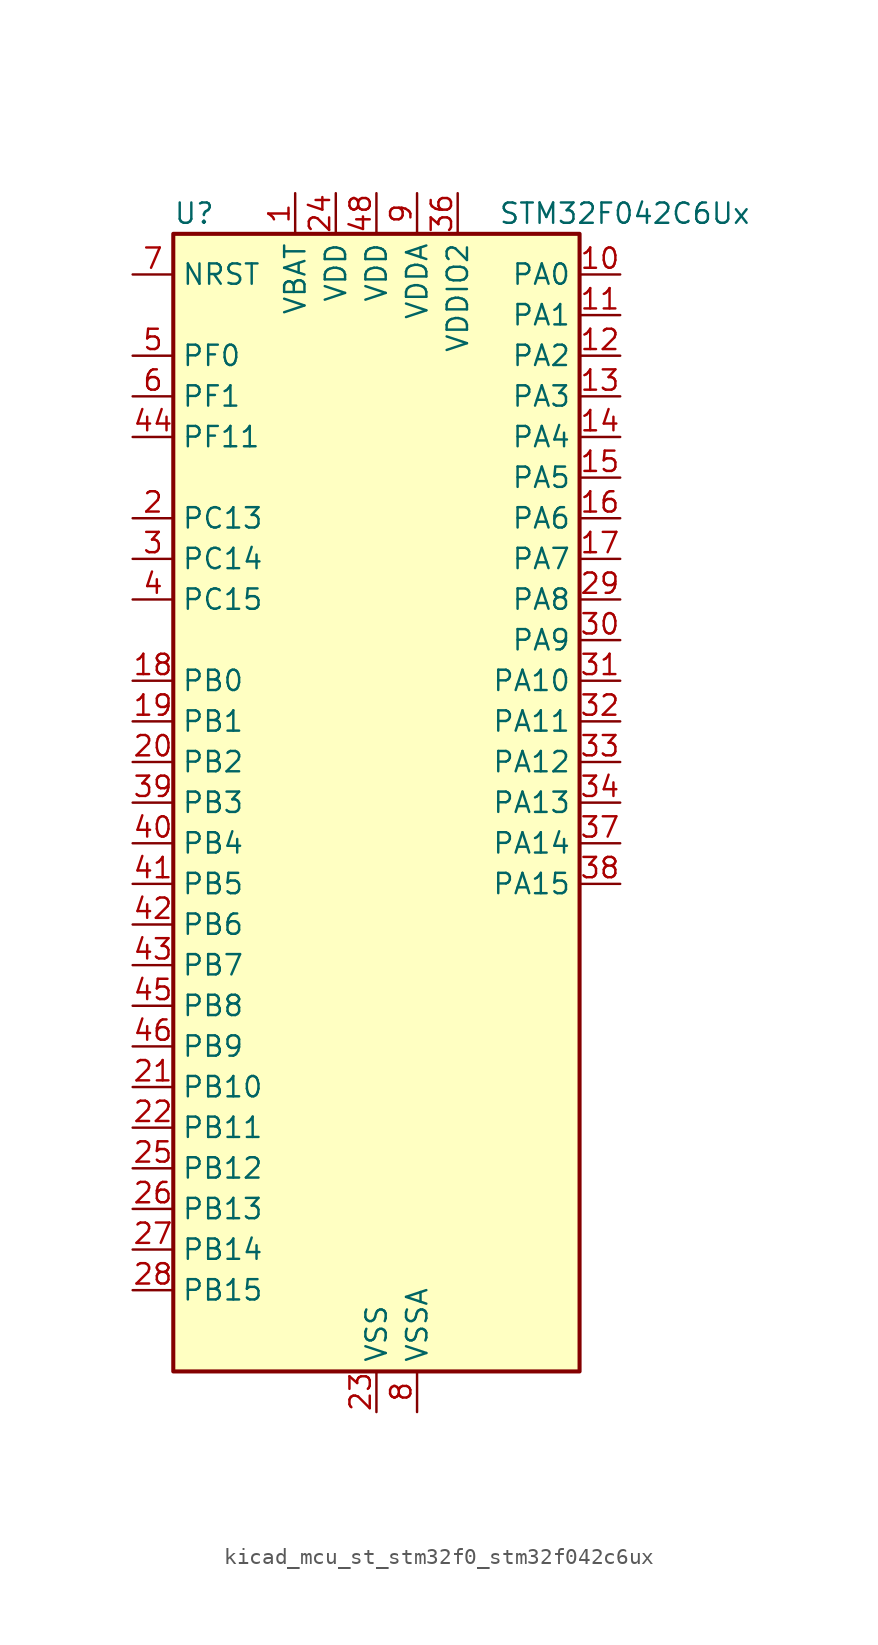
<source format=kicad_sym>
(kicad_symbol_lib
  (version 20220914)
  (generator kicad_symbol_editor)
  (symbol "kicad_mcu_st_stm32f0_stm32f042c6ux"
    (property "Reference" "U"
      (at -12.7 36.83 0)
      (effects (font (size 1.27 1.27)) (justify left)))
    (property "Value" "STM32F042C6Ux"
      (at 7.62 36.83 0)
      (effects (font (size 1.27 1.27)) (justify left)))
    (property "ki_locked" ""
      (at 0 0 0)
      (effects (font (size 1.27 1.27))))
    (symbol "kicad_mcu_st_stm32f0_stm32f042c6ux_0_1"
      (rectangle (start -12.7 -35.56) (end 12.7 35.56) (stroke (width 0.254) (type default)) (fill (type background))))
    (symbol "kicad_mcu_st_stm32f0_stm32f042c6ux_1_1"
      (pin power_in line (at -5.08 38.1 270) (length 2.54) (name "VBAT" (effects (font (size 1.27 1.27)))) (number "1" (effects (font (size 1.27 1.27)))))
      (pin bidirectional line (at 15.24 33.02 180) (length 2.54) (name "PA0" (effects (font (size 1.27 1.27)))) (number "10" (effects (font (size 1.27 1.27)))) (alternate "ADC_IN0" bidirectional line) (alternate "RTC_TAMP2" bidirectional line) (alternate "SYS_WKUP1" bidirectional line) (alternate "TIM2_CH1" bidirectional line) (alternate "TIM2_ETR" bidirectional line) (alternate "TSC_G1_IO1" bidirectional line) (alternate "USART2_CTS" bidirectional line))
      (pin bidirectional line (at 15.24 30.48 180) (length 2.54) (name "PA1" (effects (font (size 1.27 1.27)))) (number "11" (effects (font (size 1.27 1.27)))) (alternate "ADC_IN1" bidirectional line) (alternate "TIM2_CH2" bidirectional line) (alternate "TSC_G1_IO2" bidirectional line) (alternate "USART2_DE" bidirectional line) (alternate "USART2_RTS" bidirectional line))
      (pin bidirectional line (at 15.24 27.94 180) (length 2.54) (name "PA2" (effects (font (size 1.27 1.27)))) (number "12" (effects (font (size 1.27 1.27)))) (alternate "ADC_IN2" bidirectional line) (alternate "SYS_WKUP4" bidirectional line) (alternate "TIM2_CH3" bidirectional line) (alternate "TSC_G1_IO3" bidirectional line) (alternate "USART2_TX" bidirectional line))
      (pin bidirectional line (at 15.24 25.4 180) (length 2.54) (name "PA3" (effects (font (size 1.27 1.27)))) (number "13" (effects (font (size 1.27 1.27)))) (alternate "ADC_IN3" bidirectional line) (alternate "TIM2_CH4" bidirectional line) (alternate "TSC_G1_IO4" bidirectional line) (alternate "USART2_RX" bidirectional line))
      (pin bidirectional line (at 15.24 22.86 180) (length 2.54) (name "PA4" (effects (font (size 1.27 1.27)))) (number "14" (effects (font (size 1.27 1.27)))) (alternate "ADC_IN4" bidirectional line) (alternate "I2S1_WS" bidirectional line) (alternate "SPI1_NSS" bidirectional line) (alternate "TIM14_CH1" bidirectional line) (alternate "TSC_G2_IO1" bidirectional line) (alternate "USART2_CK" bidirectional line) (alternate "USB_NOE" bidirectional line))
      (pin bidirectional line (at 15.24 20.32 180) (length 2.54) (name "PA5" (effects (font (size 1.27 1.27)))) (number "15" (effects (font (size 1.27 1.27)))) (alternate "ADC_IN5" bidirectional line) (alternate "CEC" bidirectional line) (alternate "I2S1_CK" bidirectional line) (alternate "SPI1_SCK" bidirectional line) (alternate "TIM2_CH1" bidirectional line) (alternate "TIM2_ETR" bidirectional line) (alternate "TSC_G2_IO2" bidirectional line))
      (pin bidirectional line (at 15.24 17.78 180) (length 2.54) (name "PA6" (effects (font (size 1.27 1.27)))) (number "16" (effects (font (size 1.27 1.27)))) (alternate "ADC_IN6" bidirectional line) (alternate "I2S1_MCK" bidirectional line) (alternate "SPI1_MISO" bidirectional line) (alternate "TIM16_CH1" bidirectional line) (alternate "TIM1_BKIN" bidirectional line) (alternate "TIM3_CH1" bidirectional line) (alternate "TSC_G2_IO3" bidirectional line))
      (pin bidirectional line (at 15.24 15.24 180) (length 2.54) (name "PA7" (effects (font (size 1.27 1.27)))) (number "17" (effects (font (size 1.27 1.27)))) (alternate "ADC_IN7" bidirectional line) (alternate "I2S1_SD" bidirectional line) (alternate "SPI1_MOSI" bidirectional line) (alternate "TIM14_CH1" bidirectional line) (alternate "TIM17_CH1" bidirectional line) (alternate "TIM1_CH1N" bidirectional line) (alternate "TIM3_CH2" bidirectional line) (alternate "TSC_G2_IO4" bidirectional line))
      (pin bidirectional line (at -15.24 7.62 0) (length 2.54) (name "PB0" (effects (font (size 1.27 1.27)))) (number "18" (effects (font (size 1.27 1.27)))) (alternate "ADC_IN8" bidirectional line) (alternate "TIM1_CH2N" bidirectional line) (alternate "TIM3_CH3" bidirectional line) (alternate "TSC_G3_IO2" bidirectional line))
      (pin bidirectional line (at -15.24 5.08 0) (length 2.54) (name "PB1" (effects (font (size 1.27 1.27)))) (number "19" (effects (font (size 1.27 1.27)))) (alternate "ADC_IN9" bidirectional line) (alternate "TIM14_CH1" bidirectional line) (alternate "TIM1_CH3N" bidirectional line) (alternate "TIM3_CH4" bidirectional line) (alternate "TSC_G3_IO3" bidirectional line))
      (pin bidirectional line (at -15.24 17.78 0) (length 2.54) (name "PC13" (effects (font (size 1.27 1.27)))) (number "2" (effects (font (size 1.27 1.27)))) (alternate "RTC_OUT_ALARM" bidirectional line) (alternate "RTC_OUT_CALIB" bidirectional line) (alternate "RTC_TAMP1" bidirectional line) (alternate "RTC_TS" bidirectional line) (alternate "SYS_WKUP2" bidirectional line))
      (pin bidirectional line (at -15.24 2.54 0) (length 2.54) (name "PB2" (effects (font (size 1.27 1.27)))) (number "20" (effects (font (size 1.27 1.27)))) (alternate "TSC_G3_IO4" bidirectional line))
      (pin bidirectional line (at -15.24 -17.78 0) (length 2.54) (name "PB10" (effects (font (size 1.27 1.27)))) (number "21" (effects (font (size 1.27 1.27)))) (alternate "CEC" bidirectional line) (alternate "I2C1_SCL" bidirectional line) (alternate "SPI2_SCK" bidirectional line) (alternate "TIM2_CH3" bidirectional line) (alternate "TSC_SYNC" bidirectional line))
      (pin bidirectional line (at -15.24 -20.32 0) (length 2.54) (name "PB11" (effects (font (size 1.27 1.27)))) (number "22" (effects (font (size 1.27 1.27)))) (alternate "I2C1_SDA" bidirectional line) (alternate "TIM2_CH4" bidirectional line))
      (pin power_in line (at 0 -38.1 90) (length 2.54) (name "VSS" (effects (font (size 1.27 1.27)))) (number "23" (effects (font (size 1.27 1.27)))))
      (pin power_in line (at -2.54 38.1 270) (length 2.54) (name "VDD" (effects (font (size 1.27 1.27)))) (number "24" (effects (font (size 1.27 1.27)))))
      (pin bidirectional line (at -15.24 -22.86 0) (length 2.54) (name "PB12" (effects (font (size 1.27 1.27)))) (number "25" (effects (font (size 1.27 1.27)))) (alternate "SPI2_NSS" bidirectional line) (alternate "TIM1_BKIN" bidirectional line))
      (pin bidirectional line (at -15.24 -25.4 0) (length 2.54) (name "PB13" (effects (font (size 1.27 1.27)))) (number "26" (effects (font (size 1.27 1.27)))) (alternate "I2C1_SCL" bidirectional line) (alternate "SPI2_SCK" bidirectional line) (alternate "TIM1_CH1N" bidirectional line))
      (pin bidirectional line (at -15.24 -27.94 0) (length 2.54) (name "PB14" (effects (font (size 1.27 1.27)))) (number "27" (effects (font (size 1.27 1.27)))) (alternate "I2C1_SDA" bidirectional line) (alternate "SPI2_MISO" bidirectional line) (alternate "TIM1_CH2N" bidirectional line))
      (pin bidirectional line (at -15.24 -30.48 0) (length 2.54) (name "PB15" (effects (font (size 1.27 1.27)))) (number "28" (effects (font (size 1.27 1.27)))) (alternate "RTC_REFIN" bidirectional line) (alternate "SPI2_MOSI" bidirectional line) (alternate "SYS_WKUP7" bidirectional line) (alternate "TIM1_CH3N" bidirectional line))
      (pin bidirectional line (at 15.24 12.7 180) (length 2.54) (name "PA8" (effects (font (size 1.27 1.27)))) (number "29" (effects (font (size 1.27 1.27)))) (alternate "CRS_SYNC" bidirectional line) (alternate "RCC_MCO" bidirectional line) (alternate "TIM1_CH1" bidirectional line) (alternate "USART1_CK" bidirectional line))
      (pin bidirectional line (at -15.24 15.24 0) (length 2.54) (name "PC14" (effects (font (size 1.27 1.27)))) (number "3" (effects (font (size 1.27 1.27)))) (alternate "RCC_OSC32_IN" bidirectional line))
      (pin bidirectional line (at 15.24 10.16 180) (length 2.54) (name "PA9" (effects (font (size 1.27 1.27)))) (number "30" (effects (font (size 1.27 1.27)))) (alternate "I2C1_SCL" bidirectional line) (alternate "TIM1_CH2" bidirectional line) (alternate "TSC_G4_IO1" bidirectional line) (alternate "USART1_TX" bidirectional line))
      (pin bidirectional line (at 15.24 7.62 180) (length 2.54) (name "PA10" (effects (font (size 1.27 1.27)))) (number "31" (effects (font (size 1.27 1.27)))) (alternate "I2C1_SDA" bidirectional line) (alternate "TIM17_BKIN" bidirectional line) (alternate "TIM1_CH3" bidirectional line) (alternate "TSC_G4_IO2" bidirectional line) (alternate "USART1_RX" bidirectional line))
      (pin bidirectional line (at 15.24 5.08 180) (length 2.54) (name "PA11" (effects (font (size 1.27 1.27)))) (number "32" (effects (font (size 1.27 1.27)))) (alternate "CAN_RX" bidirectional line) (alternate "I2C1_SCL" bidirectional line) (alternate "TIM1_CH4" bidirectional line) (alternate "TSC_G4_IO3" bidirectional line) (alternate "USART1_CTS" bidirectional line) (alternate "USB_DM" bidirectional line))
      (pin bidirectional line (at 15.24 2.54 180) (length 2.54) (name "PA12" (effects (font (size 1.27 1.27)))) (number "33" (effects (font (size 1.27 1.27)))) (alternate "CAN_TX" bidirectional line) (alternate "I2C1_SDA" bidirectional line) (alternate "TIM1_ETR" bidirectional line) (alternate "TSC_G4_IO4" bidirectional line) (alternate "USART1_DE" bidirectional line) (alternate "USART1_RTS" bidirectional line) (alternate "USB_DP" bidirectional line))
      (pin bidirectional line (at 15.24 0 180) (length 2.54) (name "PA13" (effects (font (size 1.27 1.27)))) (number "34" (effects (font (size 1.27 1.27)))) (alternate "IR_OUT" bidirectional line) (alternate "SYS_SWDIO" bidirectional line) (alternate "USB_NOE" bidirectional line))
      (pin passive line (at 0 -38.1 90) (length 2.54) hide (name "VSS" (effects (font (size 1.27 1.27)))) (number "35" (effects (font (size 1.27 1.27)))))
      (pin power_in line (at 5.08 38.1 270) (length 2.54) (name "VDDIO2" (effects (font (size 1.27 1.27)))) (number "36" (effects (font (size 1.27 1.27)))))
      (pin bidirectional line (at 15.24 -2.54 180) (length 2.54) (name "PA14" (effects (font (size 1.27 1.27)))) (number "37" (effects (font (size 1.27 1.27)))) (alternate "SYS_SWCLK" bidirectional line) (alternate "USART2_TX" bidirectional line))
      (pin bidirectional line (at 15.24 -5.08 180) (length 2.54) (name "PA15" (effects (font (size 1.27 1.27)))) (number "38" (effects (font (size 1.27 1.27)))) (alternate "I2S1_WS" bidirectional line) (alternate "SPI1_NSS" bidirectional line) (alternate "TIM2_CH1" bidirectional line) (alternate "TIM2_ETR" bidirectional line) (alternate "USART2_RX" bidirectional line) (alternate "USB_NOE" bidirectional line))
      (pin bidirectional line (at -15.24 0 0) (length 2.54) (name "PB3" (effects (font (size 1.27 1.27)))) (number "39" (effects (font (size 1.27 1.27)))) (alternate "I2S1_CK" bidirectional line) (alternate "SPI1_SCK" bidirectional line) (alternate "TIM2_CH2" bidirectional line) (alternate "TSC_G5_IO1" bidirectional line))
      (pin bidirectional line (at -15.24 12.7 0) (length 2.54) (name "PC15" (effects (font (size 1.27 1.27)))) (number "4" (effects (font (size 1.27 1.27)))) (alternate "RCC_OSC32_OUT" bidirectional line))
      (pin bidirectional line (at -15.24 -2.54 0) (length 2.54) (name "PB4" (effects (font (size 1.27 1.27)))) (number "40" (effects (font (size 1.27 1.27)))) (alternate "I2S1_MCK" bidirectional line) (alternate "SPI1_MISO" bidirectional line) (alternate "TIM17_BKIN" bidirectional line) (alternate "TIM3_CH1" bidirectional line) (alternate "TSC_G5_IO2" bidirectional line))
      (pin bidirectional line (at -15.24 -5.08 0) (length 2.54) (name "PB5" (effects (font (size 1.27 1.27)))) (number "41" (effects (font (size 1.27 1.27)))) (alternate "I2C1_SMBA" bidirectional line) (alternate "I2S1_SD" bidirectional line) (alternate "SPI1_MOSI" bidirectional line) (alternate "SYS_WKUP6" bidirectional line) (alternate "TIM16_BKIN" bidirectional line) (alternate "TIM3_CH2" bidirectional line))
      (pin bidirectional line (at -15.24 -7.62 0) (length 2.54) (name "PB6" (effects (font (size 1.27 1.27)))) (number "42" (effects (font (size 1.27 1.27)))) (alternate "I2C1_SCL" bidirectional line) (alternate "TIM16_CH1N" bidirectional line) (alternate "TSC_G5_IO3" bidirectional line) (alternate "USART1_TX" bidirectional line))
      (pin bidirectional line (at -15.24 -10.16 0) (length 2.54) (name "PB7" (effects (font (size 1.27 1.27)))) (number "43" (effects (font (size 1.27 1.27)))) (alternate "I2C1_SDA" bidirectional line) (alternate "TIM17_CH1N" bidirectional line) (alternate "TSC_G5_IO4" bidirectional line) (alternate "USART1_RX" bidirectional line))
      (pin bidirectional line (at -15.24 22.86 0) (length 2.54) (name "PF11" (effects (font (size 1.27 1.27)))) (number "44" (effects (font (size 1.27 1.27)))))
      (pin bidirectional line (at -15.24 -12.7 0) (length 2.54) (name "PB8" (effects (font (size 1.27 1.27)))) (number "45" (effects (font (size 1.27 1.27)))) (alternate "CAN_RX" bidirectional line) (alternate "CEC" bidirectional line) (alternate "I2C1_SCL" bidirectional line) (alternate "TIM16_CH1" bidirectional line) (alternate "TSC_SYNC" bidirectional line))
      (pin bidirectional line (at -15.24 -15.24 0) (length 2.54) (name "PB9" (effects (font (size 1.27 1.27)))) (number "46" (effects (font (size 1.27 1.27)))) (alternate "CAN_TX" bidirectional line) (alternate "I2C1_SDA" bidirectional line) (alternate "IR_OUT" bidirectional line) (alternate "SPI2_NSS" bidirectional line) (alternate "TIM17_CH1" bidirectional line))
      (pin passive line (at 0 -38.1 90) (length 2.54) hide (name "VSS" (effects (font (size 1.27 1.27)))) (number "47" (effects (font (size 1.27 1.27)))))
      (pin power_in line (at 0 38.1 270) (length 2.54) (name "VDD" (effects (font (size 1.27 1.27)))) (number "48" (effects (font (size 1.27 1.27)))))
      (pin passive line (at 0 -38.1 90) (length 2.54) hide (name "VSS" (effects (font (size 1.27 1.27)))) (number "49" (effects (font (size 1.27 1.27)))))
      (pin bidirectional line (at -15.24 27.94 0) (length 2.54) (name "PF0" (effects (font (size 1.27 1.27)))) (number "5" (effects (font (size 1.27 1.27)))) (alternate "CRS_SYNC" bidirectional line) (alternate "I2C1_SDA" bidirectional line) (alternate "RCC_OSC_IN" bidirectional line))
      (pin bidirectional line (at -15.24 25.4 0) (length 2.54) (name "PF1" (effects (font (size 1.27 1.27)))) (number "6" (effects (font (size 1.27 1.27)))) (alternate "I2C1_SCL" bidirectional line) (alternate "RCC_OSC_OUT" bidirectional line))
      (pin input line (at -15.24 33.02 0) (length 2.54) (name "NRST" (effects (font (size 1.27 1.27)))) (number "7" (effects (font (size 1.27 1.27)))))
      (pin power_in line (at 2.54 -38.1 90) (length 2.54) (name "VSSA" (effects (font (size 1.27 1.27)))) (number "8" (effects (font (size 1.27 1.27)))))
      (pin power_in line (at 2.54 38.1 270) (length 2.54) (name "VDDA" (effects (font (size 1.27 1.27)))) (number "9" (effects (font (size 1.27 1.27))))))))
</source>
